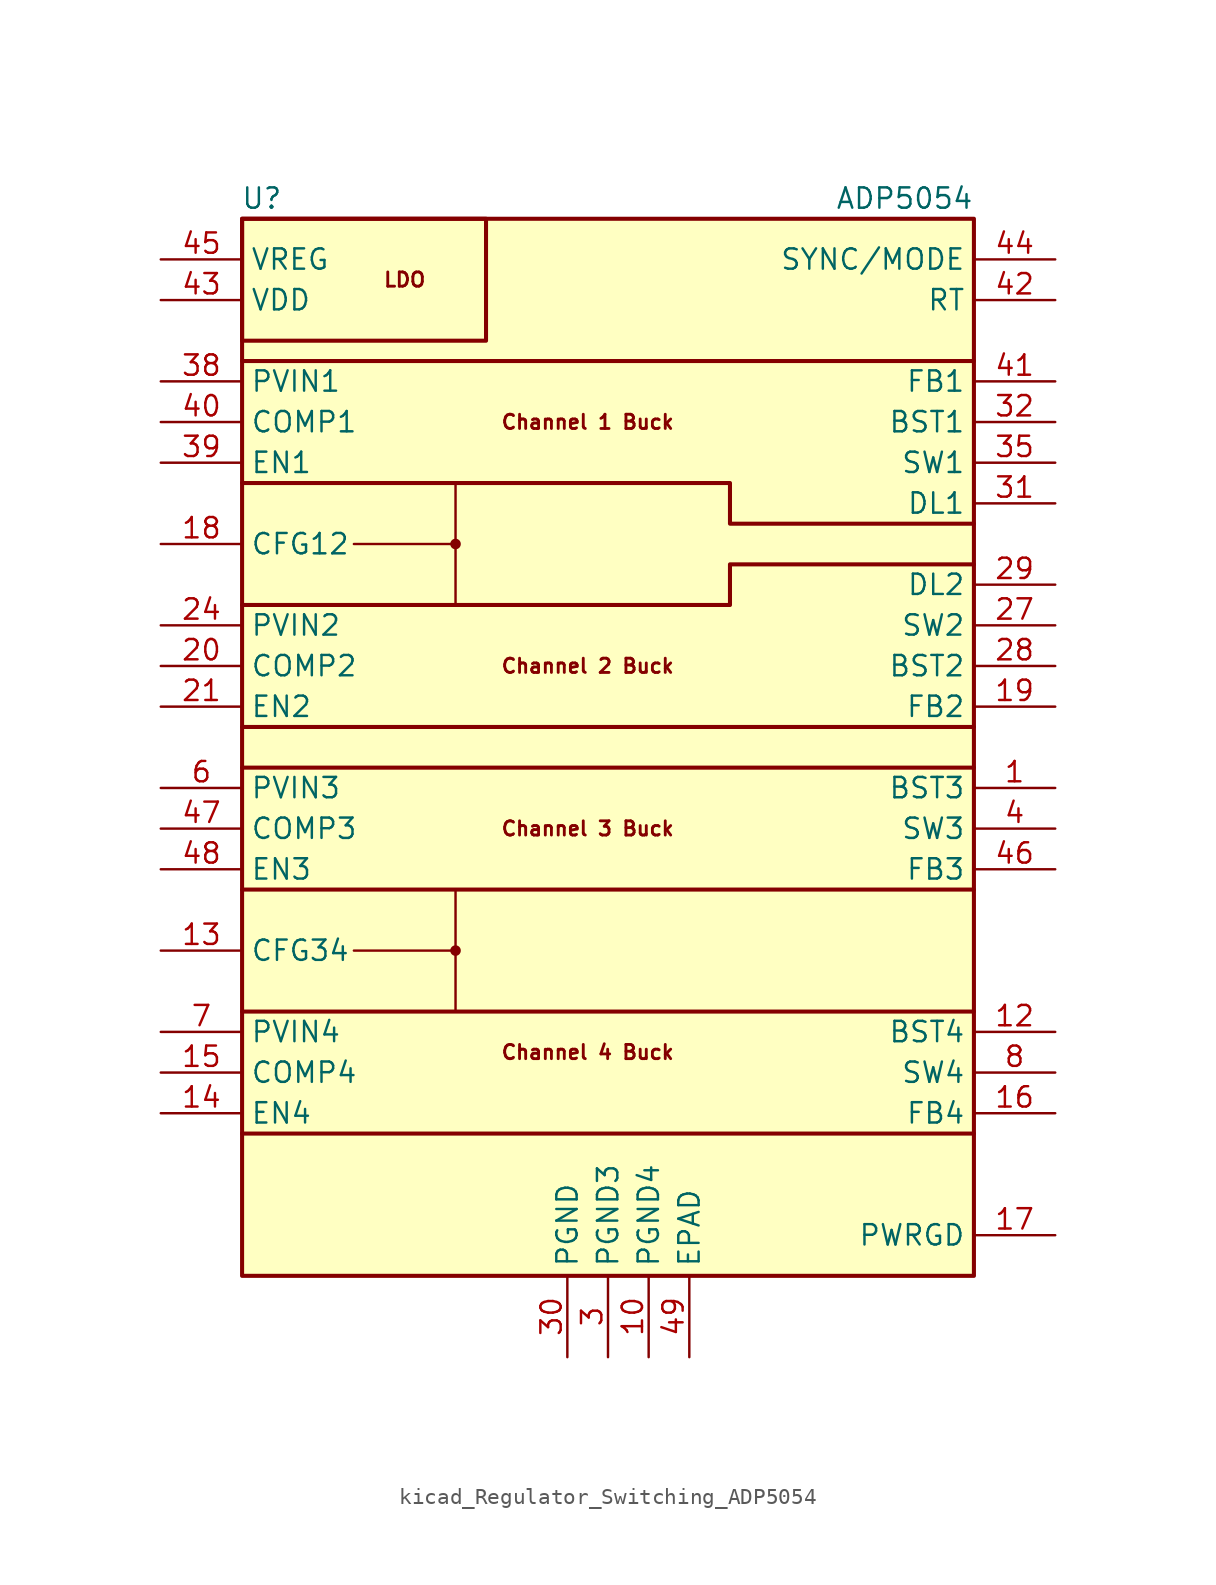
<source format=kicad_sym>
(kicad_symbol_lib
  (version 20220914)
  (generator kicad_symbol_editor)
  (symbol "kicad_Regulator_Switching_ADP5054"
    (property "Reference" "U"
      (at -20.32 24.13 0)
      (effects (font (size 1.27 1.27)) (justify right)))
    (property "Value" "ADP5054"
      (at 22.86 24.13 0)
      (effects (font (size 1.27 1.27)) (justify right)))
    (symbol "kicad_Regulator_Switching_ADP5054_0_0"
      (circle (center -9.525 -22.86) (radius 0.254) (stroke (width 0) (type default)) (fill (type outline)))
      (circle (center -9.525 2.54) (radius 0.254) (stroke (width 0) (type default)) (fill (type outline)))
      (polyline (pts (xy -22.86 -34.29) (xy 22.86 -34.29)) (stroke (width 0.254) (type default)) (fill (type none)))
      (polyline (pts (xy -22.86 -19.05) (xy 22.86 -19.05)) (stroke (width 0.254) (type default)) (fill (type none)))
      (polyline (pts (xy -9.525 -22.86) (xy -9.525 -19.05)) (stroke (width 0) (type default)) (fill (type none)))
      (polyline (pts (xy -9.525 2.54) (xy -9.525 6.35)) (stroke (width 0) (type default)) (fill (type none)))
      (polyline (pts (xy 22.86 -26.67) (xy -22.86 -26.67)) (stroke (width 0.254) (type default)) (fill (type none)))
      (polyline (pts (xy -15.875 -22.86) (xy -9.525 -22.86) (xy -9.525 -26.67)) (stroke (width 0) (type default)) (fill (type none)))
      (polyline (pts (xy -15.875 2.54) (xy -9.525 2.54) (xy -9.525 -1.27)) (stroke (width 0) (type default)) (fill (type none)))
      (polyline (pts (xy -22.86 6.35) (xy 7.62 6.35) (xy 7.62 3.81) (xy 22.86 3.81)) (stroke (width 0.254) (type default)) (fill (type none)))
      (polyline (pts (xy 22.86 1.27) (xy 7.62 1.27) (xy 7.62 -1.27) (xy -22.86 -1.27)) (stroke (width 0.254) (type default)) (fill (type none)))
      (text "Channel 1 Buck" (at -1.27 10.16 0) (effects (font (size 0.889 0.889) bold)))
      (text "Channel 2 Buck" (at -1.27 -5.08 0) (effects (font (size 0.889 0.889) bold)))
      (text "Channel 3 Buck" (at -1.27 -15.24 0) (effects (font (size 0.889 0.889) bold)))
      (text "Channel 4 Buck" (at -1.27 -29.21 0) (effects (font (size 0.889 0.889) bold)))
      (text "LDO" (at -12.7 19.05 0) (effects (font (size 0.889 0.889) bold))))
    (symbol "kicad_Regulator_Switching_ADP5054_0_1"
      (rectangle (start -22.86 16.51) (end -22.86 16.51) (stroke (width 0) (type default)) (fill (type none)))
      (rectangle (start -22.86 22.86) (end -7.62 15.24) (stroke (width 0.254) (type default)) (fill (type none)))
      (polyline (pts (xy -22.86 -8.89) (xy 22.86 -8.89)) (stroke (width 0.254) (type default)) (fill (type none)))
      (polyline (pts (xy 22.86 -11.43) (xy -22.86 -11.43)) (stroke (width 0.254) (type default)) (fill (type none)))
      (polyline (pts (xy 22.86 13.97) (xy -22.86 13.97)) (stroke (width 0.254) (type default)) (fill (type none))))
    (symbol "kicad_Regulator_Switching_ADP5054_1_1"
      (rectangle (start -22.86 22.86) (end 22.86 -43.18) (stroke (width 0.254) (type default)) (fill (type background)))
      (pin power_in line (at 27.94 -12.7 180) (length 5.08) (name "BST3" (effects (font (size 1.27 1.27)))) (number "1" (effects (font (size 1.27 1.27)))))
      (pin power_in line (at 2.54 -48.26 90) (length 5.08) (name "PGND4" (effects (font (size 1.27 1.27)))) (number "10" (effects (font (size 1.27 1.27)))))
      (pin passive line (at 2.54 -48.26 90) (length 5.08) hide (name "PGND4" (effects (font (size 1.27 1.27)))) (number "11" (effects (font (size 1.27 1.27)))))
      (pin power_in line (at 27.94 -27.94 180) (length 5.08) (name "BST4" (effects (font (size 1.27 1.27)))) (number "12" (effects (font (size 1.27 1.27)))))
      (pin input line (at -27.94 -22.86 0) (length 5.08) (name "CFG34" (effects (font (size 1.27 1.27)))) (number "13" (effects (font (size 1.27 1.27)))))
      (pin input line (at -27.94 -33.02 0) (length 5.08) (name "EN4" (effects (font (size 1.27 1.27)))) (number "14" (effects (font (size 1.27 1.27)))))
      (pin unspecified line (at -27.94 -30.48 0) (length 5.08) (name "COMP4" (effects (font (size 1.27 1.27)))) (number "15" (effects (font (size 1.27 1.27)))))
      (pin input line (at 27.94 -33.02 180) (length 5.08) (name "FB4" (effects (font (size 1.27 1.27)))) (number "16" (effects (font (size 1.27 1.27)))))
      (pin open_collector line (at 27.94 -40.64 180) (length 5.08) (name "PWRGD" (effects (font (size 1.27 1.27)))) (number "17" (effects (font (size 1.27 1.27)))))
      (pin input line (at -27.94 2.54 0) (length 5.08) (name "CFG12" (effects (font (size 1.27 1.27)))) (number "18" (effects (font (size 1.27 1.27)))))
      (pin input line (at 27.94 -7.62 180) (length 5.08) (name "FB2" (effects (font (size 1.27 1.27)))) (number "19" (effects (font (size 1.27 1.27)))))
      (pin passive line (at 0 -48.26 90) (length 5.08) hide (name "PGND3" (effects (font (size 1.27 1.27)))) (number "2" (effects (font (size 1.27 1.27)))))
      (pin unspecified line (at -27.94 -5.08 0) (length 5.08) (name "COMP2" (effects (font (size 1.27 1.27)))) (number "20" (effects (font (size 1.27 1.27)))))
      (pin input line (at -27.94 -7.62 0) (length 5.08) (name "EN2" (effects (font (size 1.27 1.27)))) (number "21" (effects (font (size 1.27 1.27)))))
      (pin passive line (at -27.94 -2.54 0) (length 5.08) hide (name "PVIN2" (effects (font (size 1.27 1.27)))) (number "22" (effects (font (size 1.27 1.27)))))
      (pin passive line (at -27.94 -2.54 0) (length 5.08) hide (name "PVIN2" (effects (font (size 1.27 1.27)))) (number "23" (effects (font (size 1.27 1.27)))))
      (pin power_in line (at -27.94 -2.54 0) (length 5.08) (name "PVIN2" (effects (font (size 1.27 1.27)))) (number "24" (effects (font (size 1.27 1.27)))))
      (pin passive line (at 27.94 -2.54 180) (length 5.08) hide (name "SW2" (effects (font (size 1.27 1.27)))) (number "25" (effects (font (size 1.27 1.27)))))
      (pin passive line (at 27.94 -2.54 180) (length 5.08) hide (name "SW2" (effects (font (size 1.27 1.27)))) (number "26" (effects (font (size 1.27 1.27)))))
      (pin power_out line (at 27.94 -2.54 180) (length 5.08) (name "SW2" (effects (font (size 1.27 1.27)))) (number "27" (effects (font (size 1.27 1.27)))))
      (pin power_in line (at 27.94 -5.08 180) (length 5.08) (name "BST2" (effects (font (size 1.27 1.27)))) (number "28" (effects (font (size 1.27 1.27)))))
      (pin output line (at 27.94 0 180) (length 5.08) (name "DL2" (effects (font (size 1.27 1.27)))) (number "29" (effects (font (size 1.27 1.27)))))
      (pin power_in line (at 0 -48.26 90) (length 5.08) (name "PGND3" (effects (font (size 1.27 1.27)))) (number "3" (effects (font (size 1.27 1.27)))))
      (pin power_in line (at -2.54 -48.26 90) (length 5.08) (name "PGND" (effects (font (size 1.27 1.27)))) (number "30" (effects (font (size 1.27 1.27)))))
      (pin output line (at 27.94 5.08 180) (length 5.08) (name "DL1" (effects (font (size 1.27 1.27)))) (number "31" (effects (font (size 1.27 1.27)))))
      (pin power_in line (at 27.94 10.16 180) (length 5.08) (name "BST1" (effects (font (size 1.27 1.27)))) (number "32" (effects (font (size 1.27 1.27)))))
      (pin passive line (at 27.94 7.62 180) (length 5.08) hide (name "SW1" (effects (font (size 1.27 1.27)))) (number "33" (effects (font (size 1.27 1.27)))))
      (pin passive line (at 27.94 7.62 180) (length 5.08) hide (name "SW1" (effects (font (size 1.27 1.27)))) (number "34" (effects (font (size 1.27 1.27)))))
      (pin power_out line (at 27.94 7.62 180) (length 5.08) (name "SW1" (effects (font (size 1.27 1.27)))) (number "35" (effects (font (size 1.27 1.27)))))
      (pin passive line (at -27.94 12.7 0) (length 5.08) hide (name "PVIN1" (effects (font (size 1.27 1.27)))) (number "36" (effects (font (size 1.27 1.27)))))
      (pin passive line (at -27.94 12.7 0) (length 5.08) hide (name "PVIN1" (effects (font (size 1.27 1.27)))) (number "37" (effects (font (size 1.27 1.27)))))
      (pin power_in line (at -27.94 12.7 0) (length 5.08) (name "PVIN1" (effects (font (size 1.27 1.27)))) (number "38" (effects (font (size 1.27 1.27)))))
      (pin input line (at -27.94 7.62 0) (length 5.08) (name "EN1" (effects (font (size 1.27 1.27)))) (number "39" (effects (font (size 1.27 1.27)))))
      (pin power_out line (at 27.94 -15.24 180) (length 5.08) (name "SW3" (effects (font (size 1.27 1.27)))) (number "4" (effects (font (size 1.27 1.27)))))
      (pin unspecified line (at -27.94 10.16 0) (length 5.08) (name "COMP1" (effects (font (size 1.27 1.27)))) (number "40" (effects (font (size 1.27 1.27)))))
      (pin input line (at 27.94 12.7 180) (length 5.08) (name "FB1" (effects (font (size 1.27 1.27)))) (number "41" (effects (font (size 1.27 1.27)))))
      (pin unspecified line (at 27.94 17.78 180) (length 5.08) (name "RT" (effects (font (size 1.27 1.27)))) (number "42" (effects (font (size 1.27 1.27)))))
      (pin power_out line (at -27.94 17.78 0) (length 5.08) (name "VDD" (effects (font (size 1.27 1.27)))) (number "43" (effects (font (size 1.27 1.27)))))
      (pin unspecified line (at 27.94 20.32 180) (length 5.08) (name "SYNC/MODE" (effects (font (size 1.27 1.27)))) (number "44" (effects (font (size 1.27 1.27)))))
      (pin power_out line (at -27.94 20.32 0) (length 5.08) (name "VREG" (effects (font (size 1.27 1.27)))) (number "45" (effects (font (size 1.27 1.27)))))
      (pin input line (at 27.94 -17.78 180) (length 5.08) (name "FB3" (effects (font (size 1.27 1.27)))) (number "46" (effects (font (size 1.27 1.27)))))
      (pin unspecified line (at -27.94 -15.24 0) (length 5.08) (name "COMP3" (effects (font (size 1.27 1.27)))) (number "47" (effects (font (size 1.27 1.27)))))
      (pin input line (at -27.94 -17.78 0) (length 5.08) (name "EN3" (effects (font (size 1.27 1.27)))) (number "48" (effects (font (size 1.27 1.27)))))
      (pin power_in line (at 5.08 -48.26 90) (length 5.08) (name "EPAD" (effects (font (size 1.27 1.27)))) (number "49" (effects (font (size 1.27 1.27)))))
      (pin passive line (at 27.94 -15.24 180) (length 5.08) hide (name "SW3" (effects (font (size 1.27 1.27)))) (number "5" (effects (font (size 1.27 1.27)))))
      (pin power_in line (at -27.94 -12.7 0) (length 5.08) (name "PVIN3" (effects (font (size 1.27 1.27)))) (number "6" (effects (font (size 1.27 1.27)))))
      (pin power_in line (at -27.94 -27.94 0) (length 5.08) (name "PVIN4" (effects (font (size 1.27 1.27)))) (number "7" (effects (font (size 1.27 1.27)))))
      (pin power_out line (at 27.94 -30.48 180) (length 5.08) (name "SW4" (effects (font (size 1.27 1.27)))) (number "8" (effects (font (size 1.27 1.27)))))
      (pin passive line (at 27.94 -30.48 180) (length 5.08) hide (name "SW4" (effects (font (size 1.27 1.27)))) (number "9" (effects (font (size 1.27 1.27))))))))
</source>
